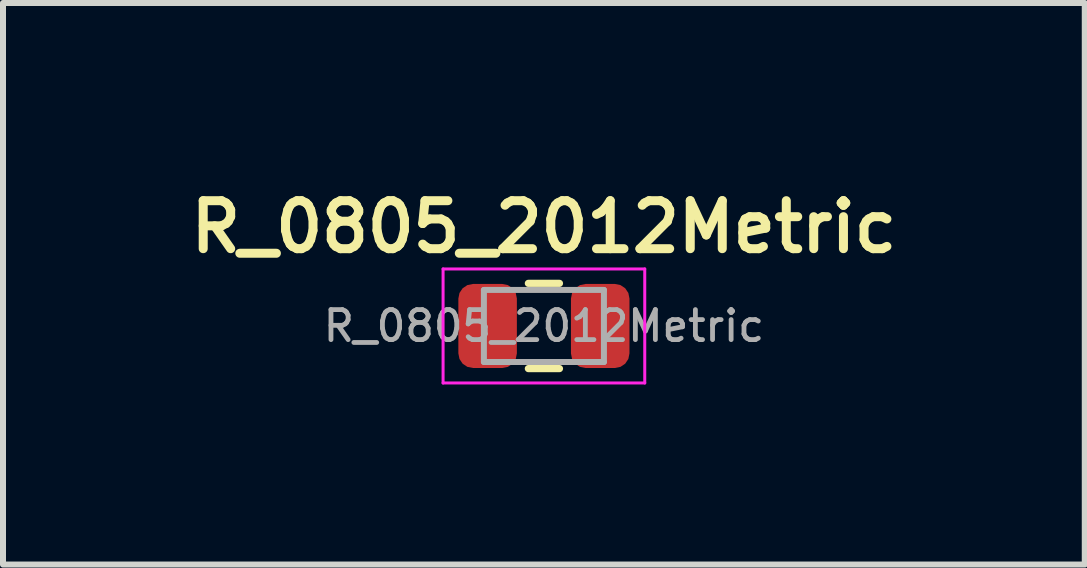
<source format=kicad_pcb>
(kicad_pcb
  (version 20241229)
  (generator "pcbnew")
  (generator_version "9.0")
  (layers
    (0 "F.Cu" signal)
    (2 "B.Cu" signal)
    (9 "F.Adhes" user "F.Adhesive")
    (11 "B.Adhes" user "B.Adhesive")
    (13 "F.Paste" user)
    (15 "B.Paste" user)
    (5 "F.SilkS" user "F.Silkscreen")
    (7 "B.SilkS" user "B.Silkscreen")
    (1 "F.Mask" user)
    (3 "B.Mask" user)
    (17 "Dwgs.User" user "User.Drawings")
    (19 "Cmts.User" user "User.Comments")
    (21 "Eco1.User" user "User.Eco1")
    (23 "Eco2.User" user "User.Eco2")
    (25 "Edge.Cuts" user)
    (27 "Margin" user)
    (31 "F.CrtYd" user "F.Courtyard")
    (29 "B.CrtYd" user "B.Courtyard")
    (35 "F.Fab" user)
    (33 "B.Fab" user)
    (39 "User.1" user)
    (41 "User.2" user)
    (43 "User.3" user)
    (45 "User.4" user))
  (footprint "R_0805_2012Metric"
    (layer "F.Cu")
    (at 6.012 2.381)
    (property "Reference" "R_0805_2012Metric" (at 0 -1.65 0) (layer "F.SilkS") (effects (font (size 0.8 0.8) (thickness 0.15))))
    (attr smd)
    (fp_line (start -0.259 -0.71) (end 0.259 -0.71) (stroke (width 0.12) (type solid)) (layer "F.SilkS"))
    (fp_line (start -0.259 0.71) (end 0.259 0.71) (stroke (width 0.12) (type solid)) (layer "F.SilkS"))
    (fp_line (start -1.68 -0.95) (end 1.68 -0.95) (stroke (width 0.05) (type solid)) (layer "F.CrtYd"))
    (fp_line (start -1.68 0.95) (end -1.68 -0.95) (stroke (width 0.05) (type solid)) (layer "F.CrtYd"))
    (fp_line (start 1.68 -0.95) (end 1.68 0.95) (stroke (width 0.05) (type solid)) (layer "F.CrtYd"))
    (fp_line (start 1.68 0.95) (end -1.68 0.95) (stroke (width 0.05) (type solid)) (layer "F.CrtYd"))
    (fp_line (start -1 -0.6) (end 1 -0.6) (stroke (width 0.1) (type solid)) (layer "F.Fab"))
    (fp_line (start -1 0.6) (end -1 -0.6) (stroke (width 0.1) (type solid)) (layer "F.Fab"))
    (fp_line (start 1 -0.6) (end 1 0.6) (stroke (width 0.1) (type solid)) (layer "F.Fab"))
    (fp_line (start 1 0.6) (end -1 0.6) (stroke (width 0.1) (type solid)) (layer "F.Fab"))
    (fp_text user "${REFERENCE}" (at 0 0 0) (layer "F.Fab") (effects (font (size 0.5 0.5) (thickness 0.08))))
    (pad "1" smd roundrect (at -0.938 0) (size 0.975 1.4) (layers "F.Cu" "F.Mask" "F.Paste") (roundrect_rratio 0.25))
    (pad "2" smd roundrect (at 0.938 0) (size 0.975 1.4) (layers "F.Cu" "F.Mask" "F.Paste") (roundrect_rratio 0.25)))
  (gr_rect
    (start -3 -3)
    (end 15.023 6.356)
    (stroke (width 0.1) (type default))
    (fill no)
    (layer "Edge.Cuts")))
</source>
